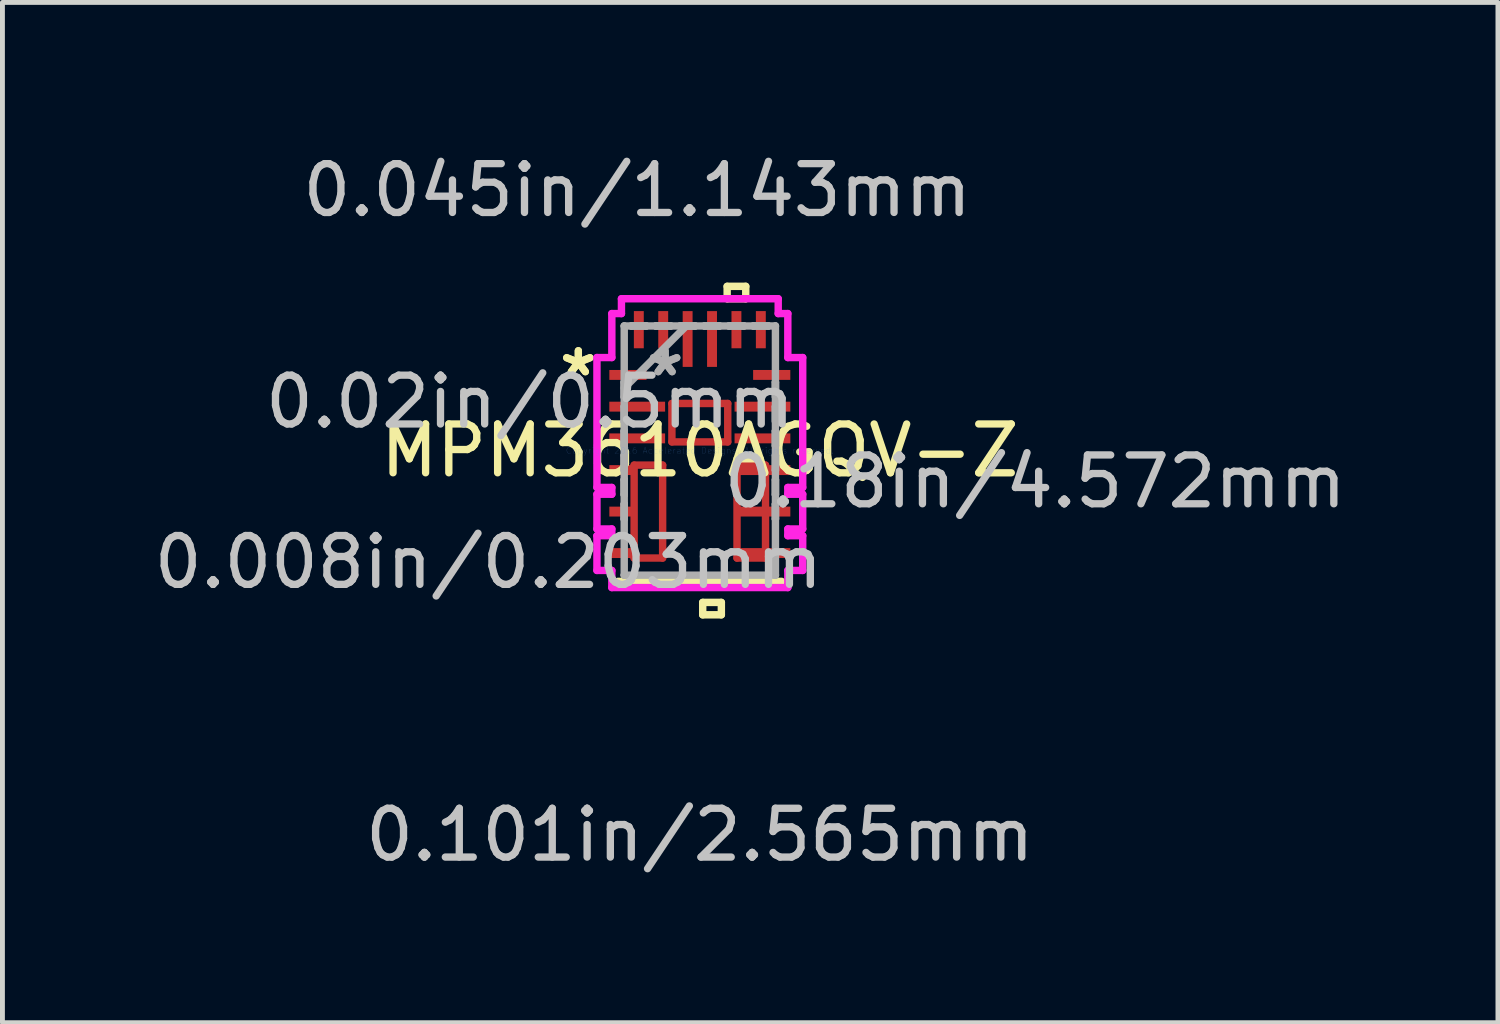
<source format=kicad_pcb>
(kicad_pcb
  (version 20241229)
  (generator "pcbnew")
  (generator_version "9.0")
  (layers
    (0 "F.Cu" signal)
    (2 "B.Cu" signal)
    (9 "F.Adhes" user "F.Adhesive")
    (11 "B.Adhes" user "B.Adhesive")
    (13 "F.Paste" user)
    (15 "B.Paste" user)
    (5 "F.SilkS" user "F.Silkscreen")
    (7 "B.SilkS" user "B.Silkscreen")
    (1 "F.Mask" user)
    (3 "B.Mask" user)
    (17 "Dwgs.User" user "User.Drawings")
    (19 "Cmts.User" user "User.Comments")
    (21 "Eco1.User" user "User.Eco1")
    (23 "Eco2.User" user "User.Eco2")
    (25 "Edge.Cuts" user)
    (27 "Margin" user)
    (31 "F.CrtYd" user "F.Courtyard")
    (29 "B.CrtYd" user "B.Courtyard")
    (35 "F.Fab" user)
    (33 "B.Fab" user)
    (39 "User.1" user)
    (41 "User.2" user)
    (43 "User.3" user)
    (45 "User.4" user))
  (footprint "MPM3610AGQV-Z"
    (layer "F.Cu")
    (at 11.289 6.182)
    (property "Reference" "MPM3610AGQV-Z" (at 0 0 0) (layer "F.SilkS") (effects (font (size 1 1) (thickness 0.15))))
    (attr through_hole)
    (fp_line (start -1.346 0.298) (end -1.346 2.202) (stroke (width 0.152) (type solid)) (layer "F.Cu"))
    (fp_line (start -1.346 2.202) (end -0.762 2.202) (stroke (width 0.152) (type solid)) (layer "F.Cu"))
    (fp_line (start -0.762 0.298) (end -1.346 0.298) (stroke (width 0.152) (type solid)) (layer "F.Cu"))
    (fp_line (start -0.762 2.202) (end -0.762 0.298) (stroke (width 0.152) (type solid)) (layer "F.Cu"))
    (fp_line (start -0.572 -0.965) (end -0.572 -0.178) (stroke (width 0.152) (type solid)) (layer "F.Cu"))
    (fp_line (start -0.572 -0.178) (end 0.572 -0.178) (stroke (width 0.152) (type solid)) (layer "F.Cu"))
    (fp_line (start 0.572 -0.965) (end -0.572 -0.965) (stroke (width 0.152) (type solid)) (layer "F.Cu"))
    (fp_line (start 0.572 -0.178) (end 0.572 -0.965) (stroke (width 0.152) (type solid)) (layer "F.Cu"))
    (fp_line (start 0.762 0.298) (end 1.346 0.298) (stroke (width 0.152) (type solid)) (layer "F.Cu"))
    (fp_line (start 0.762 2.202) (end 0.762 0.298) (stroke (width 0.152) (type solid)) (layer "F.Cu"))
    (fp_line (start 1.346 0.298) (end 1.346 2.202) (stroke (width 0.152) (type solid)) (layer "F.Cu"))
    (fp_line (start 1.346 2.202) (end 0.762 2.202) (stroke (width 0.152) (type solid)) (layer "F.Cu"))
    (fp_line (start -1.346 0.298) (end -1.346 2.202) (stroke (width 0.152) (type solid)) (layer "F.Mask"))
    (fp_line (start -1.346 2.202) (end -0.762 2.202) (stroke (width 0.152) (type solid)) (layer "F.Mask"))
    (fp_line (start -0.762 0.298) (end -1.346 0.298) (stroke (width 0.152) (type solid)) (layer "F.Mask"))
    (fp_line (start -0.762 2.202) (end -0.762 0.298) (stroke (width 0.152) (type solid)) (layer "F.Mask"))
    (fp_line (start 0.762 0.298) (end 1.346 0.298) (stroke (width 0.152) (type solid)) (layer "F.Mask"))
    (fp_line (start 0.762 2.202) (end 0.762 0.298) (stroke (width 0.152) (type solid)) (layer "F.Mask"))
    (fp_line (start 1.346 0.298) (end 1.346 2.202) (stroke (width 0.152) (type solid)) (layer "F.Mask"))
    (fp_line (start 1.346 2.202) (end 0.762 2.202) (stroke (width 0.152) (type solid)) (layer "F.Mask"))
    (fp_line (start 0.059 3.111) (end 0.059 3.365) (stroke (width 0.152) (type solid)) (layer "F.SilkS"))
    (fp_line (start 0.059 3.365) (end 0.441 3.365) (stroke (width 0.152) (type solid)) (layer "F.SilkS"))
    (fp_line (start 0.441 3.111) (end 0.059 3.111) (stroke (width 0.152) (type solid)) (layer "F.SilkS"))
    (fp_line (start 0.441 3.365) (end 0.441 3.111) (stroke (width 0.152) (type solid)) (layer "F.SilkS"))
    (fp_line (start 0.56 -3.365) (end 0.941 -3.365) (stroke (width 0.152) (type solid)) (layer "F.SilkS"))
    (fp_line (start 0.56 -3.111) (end 0.56 -3.365) (stroke (width 0.152) (type solid)) (layer "F.SilkS"))
    (fp_line (start 0.941 -3.365) (end 0.941 -3.111) (stroke (width 0.152) (type solid)) (layer "F.SilkS"))
    (fp_line (start 0.941 -3.111) (end 0.56 -3.111) (stroke (width 0.152) (type solid)) (layer "F.SilkS"))
    (fp_line (start 1.676 2.68) (end -1.676 2.68) (stroke (width 0.152) (type solid)) (layer "F.SilkS"))
    (fp_line (start -1.346 0.298) (end -1.346 2.202) (stroke (width 0.152) (type solid)) (layer "F.Paste"))
    (fp_line (start -1.346 2.202) (end -0.762 2.202) (stroke (width 0.152) (type solid)) (layer "F.Paste"))
    (fp_line (start -0.762 0.298) (end -1.346 0.298) (stroke (width 0.152) (type solid)) (layer "F.Paste"))
    (fp_line (start -0.762 2.202) (end -0.762 0.298) (stroke (width 0.152) (type solid)) (layer "F.Paste"))
    (fp_line (start 0.762 0.298) (end 1.346 0.298) (stroke (width 0.152) (type solid)) (layer "F.Paste"))
    (fp_line (start 0.762 2.202) (end 0.762 0.298) (stroke (width 0.152) (type solid)) (layer "F.Paste"))
    (fp_line (start 1.346 0.298) (end 1.346 2.202) (stroke (width 0.152) (type solid)) (layer "F.Paste"))
    (fp_line (start 1.346 2.202) (end 0.762 2.202) (stroke (width 0.152) (type solid)) (layer "F.Paste"))
    (fp_line (start -2.108 -1.906) (end -2.108 0.756) (stroke (width 0.152) (type solid)) (layer "F.CrtYd"))
    (fp_line (start -2.108 0.756) (end -1.803 0.756) (stroke (width 0.152) (type solid)) (layer "F.CrtYd"))
    (fp_line (start -2.108 0.894) (end -2.108 1.606) (stroke (width 0.152) (type solid)) (layer "F.CrtYd"))
    (fp_line (start -2.108 1.606) (end -1.803 1.606) (stroke (width 0.152) (type solid)) (layer "F.CrtYd"))
    (fp_line (start -2.108 1.744) (end -2.108 2.456) (stroke (width 0.152) (type solid)) (layer "F.CrtYd"))
    (fp_line (start -2.108 2.456) (end -1.803 2.456) (stroke (width 0.152) (type solid)) (layer "F.CrtYd"))
    (fp_line (start -1.803 -2.807) (end -1.803 -1.906) (stroke (width 0.152) (type solid)) (layer "F.CrtYd"))
    (fp_line (start -1.803 -1.906) (end -2.108 -1.906) (stroke (width 0.152) (type solid)) (layer "F.CrtYd"))
    (fp_line (start -1.803 0.756) (end -1.803 0.894) (stroke (width 0.152) (type solid)) (layer "F.CrtYd"))
    (fp_line (start -1.803 0.894) (end -2.108 0.894) (stroke (width 0.152) (type solid)) (layer "F.CrtYd"))
    (fp_line (start -1.803 1.606) (end -1.803 1.744) (stroke (width 0.152) (type solid)) (layer "F.CrtYd"))
    (fp_line (start -1.803 1.744) (end -2.108 1.744) (stroke (width 0.152) (type solid)) (layer "F.CrtYd"))
    (fp_line (start -1.803 2.456) (end -1.803 2.807) (stroke (width 0.152) (type solid)) (layer "F.CrtYd"))
    (fp_line (start -1.803 2.807) (end 1.803 2.807) (stroke (width 0.152) (type solid)) (layer "F.CrtYd"))
    (fp_line (start -1.606 -3.111) (end -1.606 -2.807) (stroke (width 0.152) (type solid)) (layer "F.CrtYd"))
    (fp_line (start -1.606 -2.807) (end -1.803 -2.807) (stroke (width 0.152) (type solid)) (layer "F.CrtYd"))
    (fp_line (start 1.606 -3.111) (end -1.606 -3.111) (stroke (width 0.152) (type solid)) (layer "F.CrtYd"))
    (fp_line (start 1.606 -2.807) (end 1.606 -3.111) (stroke (width 0.152) (type solid)) (layer "F.CrtYd"))
    (fp_line (start 1.803 -2.807) (end 1.606 -2.807) (stroke (width 0.152) (type solid)) (layer "F.CrtYd"))
    (fp_line (start 1.803 -1.906) (end 1.803 -2.807) (stroke (width 0.152) (type solid)) (layer "F.CrtYd"))
    (fp_line (start 1.803 0.756) (end 2.108 0.756) (stroke (width 0.152) (type solid)) (layer "F.CrtYd"))
    (fp_line (start 1.803 0.894) (end 1.803 0.756) (stroke (width 0.152) (type solid)) (layer "F.CrtYd"))
    (fp_line (start 1.803 1.606) (end 2.108 1.606) (stroke (width 0.152) (type solid)) (layer "F.CrtYd"))
    (fp_line (start 1.803 1.744) (end 1.803 1.606) (stroke (width 0.152) (type solid)) (layer "F.CrtYd"))
    (fp_line (start 1.803 2.456) (end 2.108 2.456) (stroke (width 0.152) (type solid)) (layer "F.CrtYd"))
    (fp_line (start 1.803 2.807) (end 1.803 2.456) (stroke (width 0.152) (type solid)) (layer "F.CrtYd"))
    (fp_line (start 2.108 -1.906) (end 1.803 -1.906) (stroke (width 0.152) (type solid)) (layer "F.CrtYd"))
    (fp_line (start 2.108 0.756) (end 2.108 -1.906) (stroke (width 0.152) (type solid)) (layer "F.CrtYd"))
    (fp_line (start 2.108 0.894) (end 1.803 0.894) (stroke (width 0.152) (type solid)) (layer "F.CrtYd"))
    (fp_line (start 2.108 1.606) (end 2.108 0.894) (stroke (width 0.152) (type solid)) (layer "F.CrtYd"))
    (fp_line (start 2.108 1.744) (end 1.803 1.744) (stroke (width 0.152) (type solid)) (layer "F.CrtYd"))
    (fp_line (start 2.108 2.456) (end 2.108 1.744) (stroke (width 0.152) (type solid)) (layer "F.CrtYd"))
    (fp_line (start -1.549 -2.553) (end -1.549 -2.553) (stroke (width 0.152) (type solid)) (layer "F.Fab"))
    (fp_line (start -1.549 -2.553) (end -1.549 2.553) (stroke (width 0.152) (type solid)) (layer "F.Fab"))
    (fp_line (start -1.549 -1.402) (end -1.549 -1.402) (stroke (width 0.152) (type solid)) (layer "F.Fab"))
    (fp_line (start -1.549 -1.402) (end -1.549 -1.098) (stroke (width 0.152) (type solid)) (layer "F.Fab"))
    (fp_line (start -1.549 -1.283) (end -0.279 -2.553) (stroke (width 0.152) (type solid)) (layer "F.Fab"))
    (fp_line (start -1.549 -1.098) (end -1.549 -1.402) (stroke (width 0.152) (type solid)) (layer "F.Fab"))
    (fp_line (start -1.549 -1.098) (end -1.549 -1.098) (stroke (width 0.152) (type solid)) (layer "F.Fab"))
    (fp_line (start -1.549 -0.902) (end -1.549 -0.902) (stroke (width 0.152) (type solid)) (layer "F.Fab"))
    (fp_line (start -1.549 -0.902) (end -1.549 -0.598) (stroke (width 0.152) (type solid)) (layer "F.Fab"))
    (fp_line (start -1.549 -0.598) (end -1.549 -0.902) (stroke (width 0.152) (type solid)) (layer "F.Fab"))
    (fp_line (start -1.549 -0.598) (end -1.549 -0.598) (stroke (width 0.152) (type solid)) (layer "F.Fab"))
    (fp_line (start -1.549 -0.402) (end -1.549 -0.402) (stroke (width 0.152) (type solid)) (layer "F.Fab"))
    (fp_line (start -1.549 -0.402) (end -1.549 -0.098) (stroke (width 0.152) (type solid)) (layer "F.Fab"))
    (fp_line (start -1.549 -0.098) (end -1.549 -0.402) (stroke (width 0.152) (type solid)) (layer "F.Fab"))
    (fp_line (start -1.549 -0.098) (end -1.549 -0.098) (stroke (width 0.152) (type solid)) (layer "F.Fab"))
    (fp_line (start -1.549 0.098) (end -1.549 0.098) (stroke (width 0.152) (type solid)) (layer "F.Fab"))
    (fp_line (start -1.549 0.098) (end -1.549 0.402) (stroke (width 0.152) (type solid)) (layer "F.Fab"))
    (fp_line (start -1.549 0.402) (end -1.549 0.098) (stroke (width 0.152) (type solid)) (layer "F.Fab"))
    (fp_line (start -1.549 0.402) (end -1.549 0.402) (stroke (width 0.152) (type solid)) (layer "F.Fab"))
    (fp_line (start -1.549 0.598) (end -1.549 0.598) (stroke (width 0.152) (type solid)) (layer "F.Fab"))
    (fp_line (start -1.549 0.598) (end -1.549 0.902) (stroke (width 0.152) (type solid)) (layer "F.Fab"))
    (fp_line (start -1.549 0.902) (end -1.549 0.598) (stroke (width 0.152) (type solid)) (layer "F.Fab"))
    (fp_line (start -1.549 0.902) (end -1.549 0.902) (stroke (width 0.152) (type solid)) (layer "F.Fab"))
    (fp_line (start -1.549 1.098) (end -1.549 1.098) (stroke (width 0.152) (type solid)) (layer "F.Fab"))
    (fp_line (start -1.549 1.098) (end -1.549 1.402) (stroke (width 0.152) (type solid)) (layer "F.Fab"))
    (fp_line (start -1.549 1.402) (end -1.549 1.098) (stroke (width 0.152) (type solid)) (layer "F.Fab"))
    (fp_line (start -1.549 1.402) (end -1.549 1.402) (stroke (width 0.152) (type solid)) (layer "F.Fab"))
    (fp_line (start -1.549 2.553) (end -1.549 2.553) (stroke (width 0.152) (type solid)) (layer "F.Fab"))
    (fp_line (start -1.549 2.553) (end 1.549 2.553) (stroke (width 0.152) (type solid)) (layer "F.Fab"))
    (fp_line (start -1.402 -2.553) (end -1.402 -2.553) (stroke (width 0.152) (type solid)) (layer "F.Fab"))
    (fp_line (start -1.402 -2.553) (end -1.098 -2.553) (stroke (width 0.152) (type solid)) (layer "F.Fab"))
    (fp_line (start -1.098 -2.553) (end -1.402 -2.553) (stroke (width 0.152) (type solid)) (layer "F.Fab"))
    (fp_line (start -1.098 -2.553) (end -1.098 -2.553) (stroke (width 0.152) (type solid)) (layer "F.Fab"))
    (fp_line (start -0.902 -2.553) (end -0.902 -2.553) (stroke (width 0.152) (type solid)) (layer "F.Fab"))
    (fp_line (start -0.902 -2.553) (end -0.598 -2.553) (stroke (width 0.152) (type solid)) (layer "F.Fab"))
    (fp_line (start -0.598 -2.553) (end -0.902 -2.553) (stroke (width 0.152) (type solid)) (layer "F.Fab"))
    (fp_line (start -0.598 -2.553) (end -0.598 -2.553) (stroke (width 0.152) (type solid)) (layer "F.Fab"))
    (fp_line (start -0.402 -2.553) (end -0.402 -2.553) (stroke (width 0.152) (type solid)) (layer "F.Fab"))
    (fp_line (start -0.402 -2.553) (end -0.098 -2.553) (stroke (width 0.152) (type solid)) (layer "F.Fab"))
    (fp_line (start -0.098 -2.553) (end -0.402 -2.553) (stroke (width 0.152) (type solid)) (layer "F.Fab"))
    (fp_line (start -0.098 -2.553) (end -0.098 -2.553) (stroke (width 0.152) (type solid)) (layer "F.Fab"))
    (fp_line (start 0.098 -2.553) (end 0.098 -2.553) (stroke (width 0.152) (type solid)) (layer "F.Fab"))
    (fp_line (start 0.098 -2.553) (end 0.402 -2.553) (stroke (width 0.152) (type solid)) (layer "F.Fab"))
    (fp_line (start 0.402 -2.553) (end 0.098 -2.553) (stroke (width 0.152) (type solid)) (layer "F.Fab"))
    (fp_line (start 0.402 -2.553) (end 0.402 -2.553) (stroke (width 0.152) (type solid)) (layer "F.Fab"))
    (fp_line (start 0.598 -2.553) (end 0.598 -2.553) (stroke (width 0.152) (type solid)) (layer "F.Fab"))
    (fp_line (start 0.598 -2.553) (end 0.902 -2.553) (stroke (width 0.152) (type solid)) (layer "F.Fab"))
    (fp_line (start 0.902 -2.553) (end 0.598 -2.553) (stroke (width 0.152) (type solid)) (layer "F.Fab"))
    (fp_line (start 0.902 -2.553) (end 0.902 -2.553) (stroke (width 0.152) (type solid)) (layer "F.Fab"))
    (fp_line (start 1.098 -2.553) (end 1.098 -2.553) (stroke (width 0.152) (type solid)) (layer "F.Fab"))
    (fp_line (start 1.098 -2.553) (end 1.402 -2.553) (stroke (width 0.152) (type solid)) (layer "F.Fab"))
    (fp_line (start 1.402 -2.553) (end 1.098 -2.553) (stroke (width 0.152) (type solid)) (layer "F.Fab"))
    (fp_line (start 1.402 -2.553) (end 1.402 -2.553) (stroke (width 0.152) (type solid)) (layer "F.Fab"))
    (fp_line (start 1.549 -2.553) (end -1.549 -2.553) (stroke (width 0.152) (type solid)) (layer "F.Fab"))
    (fp_line (start 1.549 -2.553) (end 1.549 -2.553) (stroke (width 0.152) (type solid)) (layer "F.Fab"))
    (fp_line (start 1.549 -1.402) (end 1.549 -1.402) (stroke (width 0.152) (type solid)) (layer "F.Fab"))
    (fp_line (start 1.549 -1.402) (end 1.549 -1.098) (stroke (width 0.152) (type solid)) (layer "F.Fab"))
    (fp_line (start 1.549 -1.098) (end 1.549 -1.402) (stroke (width 0.152) (type solid)) (layer "F.Fab"))
    (fp_line (start 1.549 -0.902) (end 1.549 -0.902) (stroke (width 0.152) (type solid)) (layer "F.Fab"))
    (fp_line (start 1.549 -0.902) (end 1.549 -0.598) (stroke (width 0.152) (type solid)) (layer "F.Fab"))
    (fp_line (start 1.549 -0.598) (end 1.549 -0.902) (stroke (width 0.152) (type solid)) (layer "F.Fab"))
    (fp_line (start 1.549 -0.402) (end 1.549 -0.402) (stroke (width 0.152) (type solid)) (layer "F.Fab"))
    (fp_line (start 1.549 -0.402) (end 1.549 -0.098) (stroke (width 0.152) (type solid)) (layer "F.Fab"))
    (fp_line (start 1.549 -0.098) (end 1.549 -0.402) (stroke (width 0.152) (type solid)) (layer "F.Fab"))
    (fp_line (start 1.549 -0.098) (end 1.549 -0.098) (stroke (width 0.152) (type solid)) (layer "F.Fab"))
    (fp_line (start 1.549 0.098) (end 1.549 0.098) (stroke (width 0.152) (type solid)) (layer "F.Fab"))
    (fp_line (start 1.549 0.098) (end 1.549 0.402) (stroke (width 0.152) (type solid)) (layer "F.Fab"))
    (fp_line (start 1.549 0.402) (end 1.549 0.098) (stroke (width 0.152) (type solid)) (layer "F.Fab"))
    (fp_line (start 1.549 0.402) (end 1.549 0.402) (stroke (width 0.152) (type solid)) (layer "F.Fab"))
    (fp_line (start 1.549 0.598) (end 1.549 0.598) (stroke (width 0.152) (type solid)) (layer "F.Fab"))
    (fp_line (start 1.549 0.598) (end 1.549 0.902) (stroke (width 0.152) (type solid)) (layer "F.Fab"))
    (fp_line (start 1.549 0.902) (end 1.549 0.598) (stroke (width 0.152) (type solid)) (layer "F.Fab"))
    (fp_line (start 1.549 0.902) (end 1.549 0.902) (stroke (width 0.152) (type solid)) (layer "F.Fab"))
    (fp_line (start 1.549 1.098) (end 1.549 1.098) (stroke (width 0.152) (type solid)) (layer "F.Fab"))
    (fp_line (start 1.549 1.098) (end 1.549 1.402) (stroke (width 0.152) (type solid)) (layer "F.Fab"))
    (fp_line (start 1.549 1.402) (end 1.549 1.098) (stroke (width 0.152) (type solid)) (layer "F.Fab"))
    (fp_line (start 1.549 1.402) (end 1.549 1.402) (stroke (width 0.152) (type solid)) (layer "F.Fab"))
    (fp_line (start 1.549 2.553) (end 1.549 -2.553) (stroke (width 0.152) (type solid)) (layer "F.Fab"))
    (fp_line (start 1.549 2.553) (end 1.549 2.553) (stroke (width 0.152) (type solid)) (layer "F.Fab"))
    (fp_text user "*" (at -2.489 -1.5 0) (layer "F.SilkS") (effects (font (size 1 1) (thickness 0.15))))
    (fp_text user "*" (at -2.489 -1.5 0) (layer "F.SilkS") (effects (font (size 1 1) (thickness 0.15))))
    (fp_text user "0.045in/1.143mm" (at -1.283 -5.334 0) (layer "Dwgs.User") (effects (font (size 1 1) (thickness 0.15))))
    (fp_text user "0.101in/2.565mm" (at 0 7.874 0) (layer "Dwgs.User") (effects (font (size 1 1) (thickness 0.15))))
    (fp_text user "0.02in/0.5mm" (at -3.48 -1 0) (layer "Dwgs.User") (effects (font (size 1 1) (thickness 0.15))))
    (fp_text user "0.18in/4.572mm" (at 6.871 0.635 0) (layer "Dwgs.User") (effects (font (size 1 1) (thickness 0.15))))
    (fp_text user "0.008in/0.203mm" (at -4.331 2.286 0) (layer "Dwgs.User") (effects (font (size 1 1) (thickness 0.15))))
    (fp_text user "Copyright 2016 Accelerated Designs. All rights reserved." (at 0 0 0) (layer "Cmts.User") (effects (font (size 0.127 0.127) (thickness 0.002))))
    (fp_text user "*" (at -0.711 -1.5 0) (layer "F.Fab") (effects (font (size 1 1) (thickness 0.15))))
    (fp_text user "*" (at -0.711 -1.5 0) (layer "F.Fab") (effects (font (size 1 1) (thickness 0.15))))
    (pad "1" smd rect (at -1.473 -1.55 90) (size 0.203 0.762) (layers "F.Cu" "F.Mask" "F.Paste"))
    (pad "2" smd rect (at -1.283 -0.9 90) (size 0.203 1.143) (layers "F.Cu" "F.Mask" "F.Paste"))
    (pad "3" smd rect (at -1.283 -0.25 90) (size 0.203 1.143) (layers "F.Cu" "F.Mask" "F.Paste"))
    (pad "4" smd rect (at -1.6 0.4 90) (size 0.203 0.508) (layers "F.Cu" "F.Mask" "F.Paste"))
    (pad "5" smd rect (at -1.6 1.25 90) (size 0.203 0.508) (layers "F.Cu" "F.Mask" "F.Paste"))
    (pad "6" smd rect (at -1.6 2.1 90) (size 0.203 0.508) (layers "F.Cu" "F.Mask" "F.Paste"))
    (pad "7" smd rect (at 1.283 2.1 90) (size 0.203 1.143) (layers "F.Cu" "F.Mask" "F.Paste"))
    (pad "8" smd rect (at 1.283 1.25 90) (size 0.203 1.143) (layers "F.Cu" "F.Mask" "F.Paste"))
    (pad "9" smd rect (at 1.283 0.4 90) (size 0.203 1.143) (layers "F.Cu" "F.Mask" "F.Paste"))
    (pad "10" smd rect (at 1.283 -0.25 90) (size 0.203 1.143) (layers "F.Cu" "F.Mask" "F.Paste"))
    (pad "11" smd rect (at 1.283 -0.9 90) (size 0.203 1.143) (layers "F.Cu" "F.Mask" "F.Paste"))
    (pad "12" smd rect (at 1.473 -1.55 90) (size 0.203 0.762) (layers "F.Cu" "F.Mask" "F.Paste"))
    (pad "13" smd rect (at 1.25 -2.477) (size 0.203 0.762) (layers "F.Cu" "F.Mask" "F.Paste"))
    (pad "14" smd rect (at 0.75 -2.477) (size 0.203 0.762) (layers "F.Cu" "F.Mask" "F.Paste"))
    (pad "15" smd rect (at 0.25 -2.286) (size 0.203 1.143) (layers "F.Cu" "F.Mask" "F.Paste"))
    (pad "16" smd rect (at -0.25 -2.286) (size 0.203 1.143) (layers "F.Cu" "F.Mask" "F.Paste"))
    (pad "17" smd rect (at -0.75 -2.477) (size 0.203 0.762) (layers "F.Cu" "F.Mask" "F.Paste"))
    (pad "18" smd rect (at -1.25 -2.477) (size 0.203 0.762) (layers "F.Cu" "F.Mask" "F.Paste")))
  (gr_rect
    (start -3 -3)
    (end 27.642 17.904)
    (stroke (width 0.1) (type default))
    (fill no)
    (layer "Edge.Cuts")))
</source>
